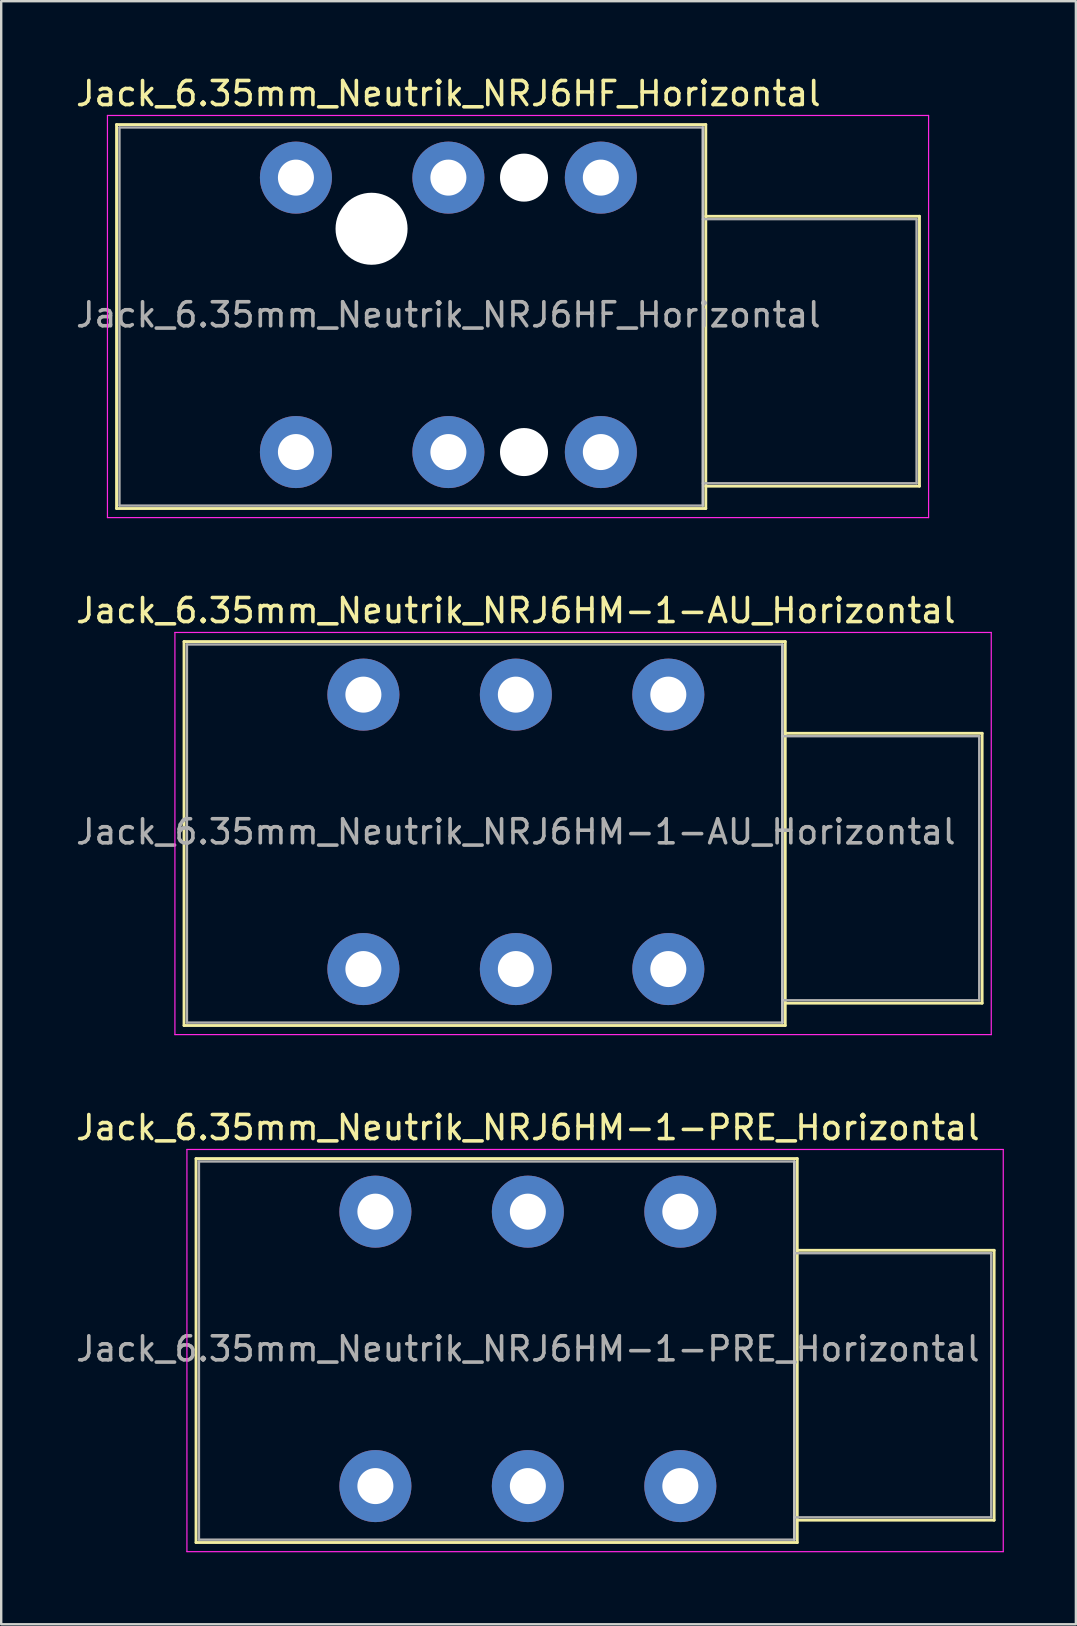
<source format=kicad_pcb>
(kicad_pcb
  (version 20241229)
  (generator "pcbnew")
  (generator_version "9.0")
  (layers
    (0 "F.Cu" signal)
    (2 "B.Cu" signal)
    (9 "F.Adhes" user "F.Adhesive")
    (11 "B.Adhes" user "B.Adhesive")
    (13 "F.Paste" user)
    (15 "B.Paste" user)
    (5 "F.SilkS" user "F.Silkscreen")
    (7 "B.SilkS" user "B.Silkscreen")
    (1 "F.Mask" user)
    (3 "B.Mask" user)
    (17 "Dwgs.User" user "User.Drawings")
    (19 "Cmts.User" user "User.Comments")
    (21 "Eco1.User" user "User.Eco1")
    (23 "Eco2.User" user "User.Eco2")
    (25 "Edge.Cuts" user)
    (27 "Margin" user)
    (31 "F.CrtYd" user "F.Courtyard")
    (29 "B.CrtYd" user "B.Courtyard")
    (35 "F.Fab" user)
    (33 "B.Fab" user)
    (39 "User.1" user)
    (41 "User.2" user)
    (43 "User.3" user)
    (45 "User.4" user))
  (footprint "Jack_6.35mm_Neutrik_NRJ6HM-1-AU_Horizontal"
    (layer "F.Cu")
    (at 12.085 25.881)
    (property "Reference" "Jack_6.35mm_Neutrik_NRJ6HM-1-AU_Horizontal" (at 6.35 -3.5 0) (layer "F.SilkS") (effects (font (size 1 1) (thickness 0.15))))
    (attr through_hole)
    (fp_line (start -7.47 -2.21) (end 17.57 -2.21) (stroke (width 0.12) (type solid)) (layer "F.SilkS"))
    (fp_line (start -7.47 13.78) (end -7.47 -2.21) (stroke (width 0.12) (type solid)) (layer "F.SilkS"))
    (fp_line (start -7.47 13.78) (end 17.57 13.78) (stroke (width 0.12) (type solid)) (layer "F.SilkS"))
    (fp_line (start 17.57 -2.21) (end 17.57 13.78) (stroke (width 0.12) (type solid)) (layer "F.SilkS"))
    (fp_line (start 25.77 1.61) (end 17.57 1.61) (stroke (width 0.12) (type solid)) (layer "F.SilkS"))
    (fp_line (start 25.77 12.85) (end 17.57 12.85) (stroke (width 0.12) (type solid)) (layer "F.SilkS"))
    (fp_line (start 25.77 12.85) (end 25.77 1.61) (stroke (width 0.12) (type solid)) (layer "F.SilkS"))
    (fp_line (start 17.45 -2.09) (end 17.45 13.66) (stroke (width 0.1) (type solid)) (layer "Dwgs.User"))
    (fp_line (start -7.85 14.16) (end -7.85 -2.59) (stroke (width 0.05) (type solid)) (layer "F.CrtYd"))
    (fp_line (start -7.85 14.16) (end 26.15 14.16) (stroke (width 0.05) (type solid)) (layer "F.CrtYd"))
    (fp_line (start 26.15 -2.59) (end -7.85 -2.59) (stroke (width 0.05) (type solid)) (layer "F.CrtYd"))
    (fp_line (start 26.15 14.16) (end 26.15 -2.59) (stroke (width 0.05) (type solid)) (layer "F.CrtYd"))
    (fp_line (start -7.35 -2.09) (end 17.45 -2.09) (stroke (width 0.1) (type solid)) (layer "F.Fab"))
    (fp_line (start -7.35 13.66) (end -7.35 -2.09) (stroke (width 0.1) (type solid)) (layer "F.Fab"))
    (fp_line (start 17.45 -2.09) (end 17.45 13.66) (stroke (width 0.1) (type solid)) (layer "F.Fab"))
    (fp_line (start 17.45 12.73) (end 25.65 12.73) (stroke (width 0.1) (type solid)) (layer "F.Fab"))
    (fp_line (start 17.45 13.66) (end -7.35 13.66) (stroke (width 0.1) (type solid)) (layer "F.Fab"))
    (fp_line (start 25.65 1.73) (end 17.45 1.73) (stroke (width 0.1) (type solid)) (layer "F.Fab"))
    (fp_line (start 25.65 12.73) (end 25.65 1.73) (stroke (width 0.1) (type solid)) (layer "F.Fab"))
    (fp_text user "${REFERENCE}" (at 6.35 5.715 0) (layer "F.Fab") (effects (font (size 1 1) (thickness 0.15))))
    (pad "R" thru_hole circle (at 6.35 0) (size 3 3) (drill 1.5) (layers "*.Cu" "*.Mask"))
    (pad "RN" thru_hole circle (at 6.35 11.43) (size 3 3) (drill 1.5) (layers "*.Cu" "*.Mask"))
    (pad "S" thru_hole circle (at 12.7 0) (size 3 3) (drill 1.5) (layers "*.Cu" "*.Mask"))
    (pad "SN" thru_hole circle (at 12.7 11.43) (size 3 3) (drill 1.5) (layers "*.Cu" "*.Mask"))
    (pad "T" thru_hole circle (at 0 0) (size 3 3) (drill 1.5) (layers "*.Cu" "*.Mask"))
    (pad "TN" thru_hole circle (at 0 11.43) (size 3 3) (drill 1.5) (layers "*.Cu" "*.Mask")))
  (footprint "Jack_6.35mm_Neutrik_NRJ6HF_Horizontal"
    (layer "F.Cu")
    (at 9.275 4.348)
    (property "Reference" "Jack_6.35mm_Neutrik_NRJ6HF_Horizontal" (at 6.35 -3.5 0) (layer "F.SilkS") (effects (font (size 1 1) (thickness 0.15))))
    (attr through_hole)
    (fp_line (start -7.47 -2.21) (end 17.07 -2.21) (stroke (width 0.12) (type solid)) (layer "F.SilkS"))
    (fp_line (start -7.47 13.78) (end -7.47 -2.21) (stroke (width 0.12) (type solid)) (layer "F.SilkS"))
    (fp_line (start -7.47 13.78) (end 17.07 13.78) (stroke (width 0.12) (type solid)) (layer "F.SilkS"))
    (fp_line (start 17.07 -2.21) (end 17.07 13.78) (stroke (width 0.12) (type solid)) (layer "F.SilkS"))
    (fp_line (start 25.97 1.61) (end 17.07 1.61) (stroke (width 0.12) (type solid)) (layer "F.SilkS"))
    (fp_line (start 25.97 12.85) (end 17.07 12.85) (stroke (width 0.12) (type solid)) (layer "F.SilkS"))
    (fp_line (start 25.97 12.85) (end 25.97 1.61) (stroke (width 0.12) (type solid)) (layer "F.SilkS"))
    (fp_line (start 16.95 -2.09) (end 16.95 13.66) (stroke (width 0.1) (type solid)) (layer "Dwgs.User"))
    (fp_line (start -7.85 14.16) (end -7.85 -2.59) (stroke (width 0.05) (type solid)) (layer "F.CrtYd"))
    (fp_line (start -7.85 14.16) (end 26.35 14.16) (stroke (width 0.05) (type solid)) (layer "F.CrtYd"))
    (fp_line (start 26.35 -2.59) (end -7.85 -2.59) (stroke (width 0.05) (type solid)) (layer "F.CrtYd"))
    (fp_line (start 26.35 14.16) (end 26.35 -2.59) (stroke (width 0.05) (type solid)) (layer "F.CrtYd"))
    (fp_line (start -7.35 -2.09) (end 16.95 -2.09) (stroke (width 0.1) (type solid)) (layer "F.Fab"))
    (fp_line (start -7.35 13.66) (end -7.35 -2.09) (stroke (width 0.1) (type solid)) (layer "F.Fab"))
    (fp_line (start 16.95 -2.09) (end 16.95 13.66) (stroke (width 0.1) (type solid)) (layer "F.Fab"))
    (fp_line (start 16.95 12.73) (end 25.85 12.73) (stroke (width 0.1) (type solid)) (layer "F.Fab"))
    (fp_line (start 16.95 13.66) (end -7.35 13.66) (stroke (width 0.1) (type solid)) (layer "F.Fab"))
    (fp_line (start 25.85 1.73) (end 16.95 1.73) (stroke (width 0.1) (type solid)) (layer "F.Fab"))
    (fp_line (start 25.85 12.73) (end 25.85 1.73) (stroke (width 0.1) (type solid)) (layer "F.Fab"))
    (fp_text user "${REFERENCE}" (at 6.35 5.715 0) (layer "F.Fab") (effects (font (size 1 1) (thickness 0.15))))
    (pad "" np_thru_hole circle (at 3.15 2.13) (size 3 3) (drill 3) (layers "*.Cu" "*.Mask"))
    (pad "" np_thru_hole circle (at 9.5 0) (size 2 2) (drill 2) (layers "*.Cu" "*.Mask"))
    (pad "" np_thru_hole circle (at 9.5 11.43) (size 2 2) (drill 2) (layers "*.Cu" "*.Mask"))
    (pad "R" thru_hole circle (at 6.35 0) (size 3 3) (drill 1.5) (layers "*.Cu" "*.Mask"))
    (pad "RN" thru_hole circle (at 6.35 11.43) (size 3 3) (drill 1.5) (layers "*.Cu" "*.Mask"))
    (pad "S" thru_hole circle (at 12.7 0) (size 3 3) (drill 1.5) (layers "*.Cu" "*.Mask"))
    (pad "SN" thru_hole circle (at 12.7 11.43) (size 3 3) (drill 1.5) (layers "*.Cu" "*.Mask"))
    (pad "T" thru_hole circle (at 0 0) (size 3 3) (drill 1.5) (layers "*.Cu" "*.Mask"))
    (pad "TN" thru_hole circle (at 0 11.43) (size 3 3) (drill 1.5) (layers "*.Cu" "*.Mask")))
  (footprint "Jack_6.35mm_Neutrik_NRJ6HM-1-PRE_Horizontal"
    (layer "F.Cu")
    (at 12.585 47.415)
    (property "Reference" "Jack_6.35mm_Neutrik_NRJ6HM-1-PRE_Horizontal" (at 6.35 -3.5 0) (layer "F.SilkS") (effects (font (size 1 1) (thickness 0.15))))
    (attr through_hole)
    (fp_line (start -7.47 -2.21) (end 17.57 -2.21) (stroke (width 0.12) (type solid)) (layer "F.SilkS"))
    (fp_line (start -7.47 13.78) (end -7.47 -2.21) (stroke (width 0.12) (type solid)) (layer "F.SilkS"))
    (fp_line (start -7.47 13.78) (end 17.57 13.78) (stroke (width 0.12) (type solid)) (layer "F.SilkS"))
    (fp_line (start 17.57 -2.21) (end 17.57 13.78) (stroke (width 0.12) (type solid)) (layer "F.SilkS"))
    (fp_line (start 25.77 1.61) (end 17.57 1.61) (stroke (width 0.12) (type solid)) (layer "F.SilkS"))
    (fp_line (start 25.77 12.85) (end 17.57 12.85) (stroke (width 0.12) (type solid)) (layer "F.SilkS"))
    (fp_line (start 25.77 12.85) (end 25.77 1.61) (stroke (width 0.12) (type solid)) (layer "F.SilkS"))
    (fp_line (start 17.45 -2.09) (end 17.45 13.66) (stroke (width 0.1) (type solid)) (layer "Dwgs.User"))
    (fp_line (start -7.85 14.16) (end -7.85 -2.59) (stroke (width 0.05) (type solid)) (layer "F.CrtYd"))
    (fp_line (start -7.85 14.16) (end 26.15 14.16) (stroke (width 0.05) (type solid)) (layer "F.CrtYd"))
    (fp_line (start 26.15 -2.59) (end -7.85 -2.59) (stroke (width 0.05) (type solid)) (layer "F.CrtYd"))
    (fp_line (start 26.15 14.16) (end 26.15 -2.59) (stroke (width 0.05) (type solid)) (layer "F.CrtYd"))
    (fp_line (start -7.35 -2.09) (end 17.45 -2.09) (stroke (width 0.1) (type solid)) (layer "F.Fab"))
    (fp_line (start -7.35 13.66) (end -7.35 -2.09) (stroke (width 0.1) (type solid)) (layer "F.Fab"))
    (fp_line (start 17.45 -2.09) (end 17.45 13.66) (stroke (width 0.1) (type solid)) (layer "F.Fab"))
    (fp_line (start 17.45 12.73) (end 25.65 12.73) (stroke (width 0.1) (type solid)) (layer "F.Fab"))
    (fp_line (start 17.45 13.66) (end -7.35 13.66) (stroke (width 0.1) (type solid)) (layer "F.Fab"))
    (fp_line (start 25.65 1.73) (end 17.45 1.73) (stroke (width 0.1) (type solid)) (layer "F.Fab"))
    (fp_line (start 25.65 12.73) (end 25.65 1.73) (stroke (width 0.1) (type solid)) (layer "F.Fab"))
    (fp_text user "${REFERENCE}" (at 6.35 5.715 0) (layer "F.Fab") (effects (font (size 1 1) (thickness 0.15))))
    (pad "R" thru_hole circle (at 6.35 0) (size 3 3) (drill 1.5) (layers "*.Cu" "*.Mask"))
    (pad "RN" thru_hole circle (at 6.35 11.43) (size 3 3) (drill 1.5) (layers "*.Cu" "*.Mask"))
    (pad "S" thru_hole circle (at 12.7 0) (size 3 3) (drill 1.5) (layers "*.Cu" "*.Mask"))
    (pad "S" thru_hole circle (at 12.7 11.43) (size 3 3) (drill 1.5) (layers "*.Cu" "*.Mask"))
    (pad "T" thru_hole circle (at 0 0) (size 3 3) (drill 1.5) (layers "*.Cu" "*.Mask"))
    (pad "TN" thru_hole circle (at 0 11.43) (size 3 3) (drill 1.5) (layers "*.Cu" "*.Mask")))
  (gr_rect
    (start -3 -3)
    (end 41.76 64.6)
    (stroke (width 0.1) (type default))
    (fill no)
    (layer "Edge.Cuts")))
</source>
